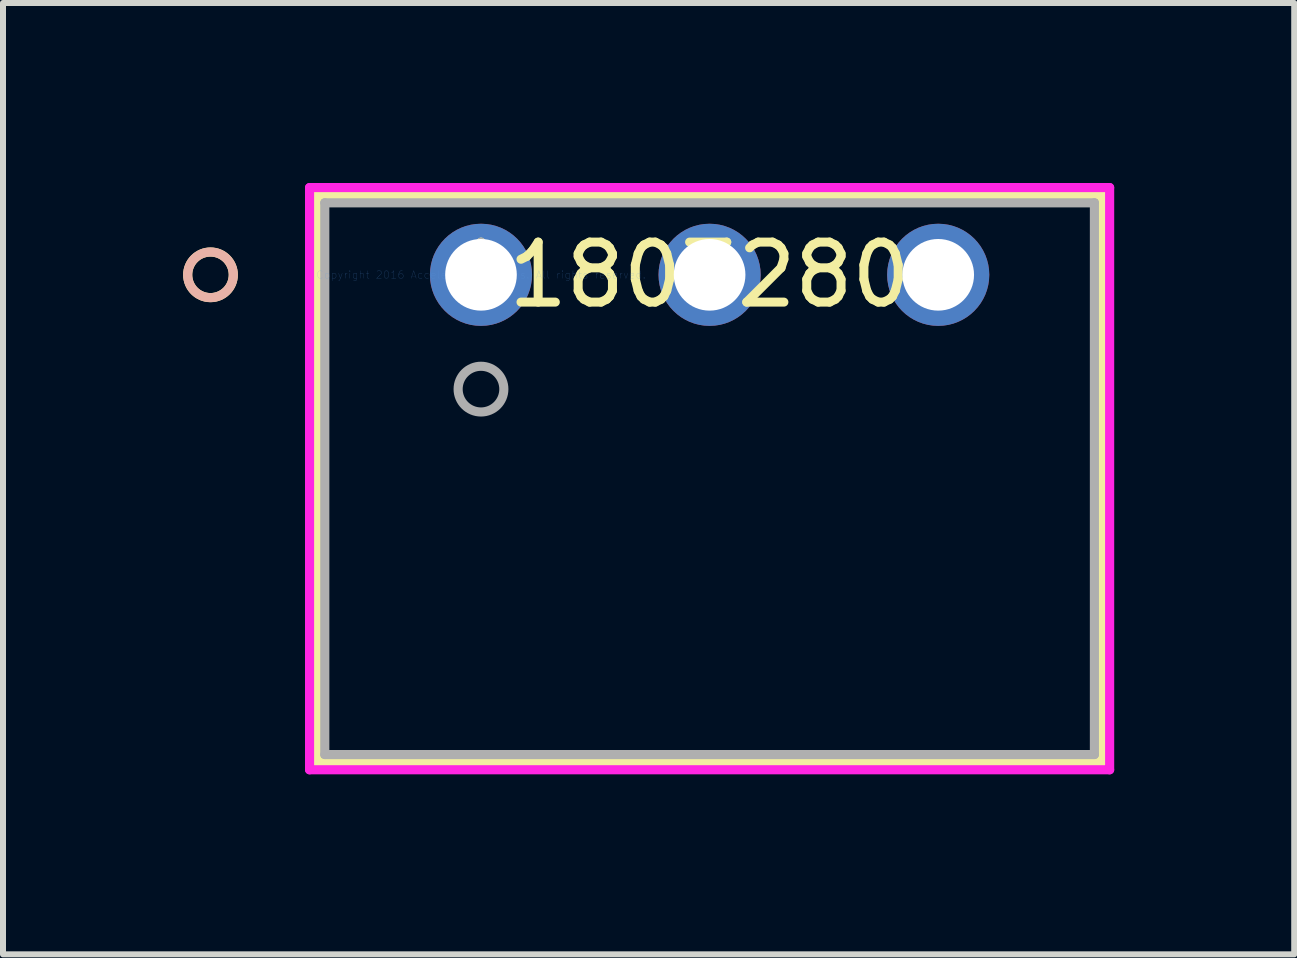
<source format=kicad_pcb>
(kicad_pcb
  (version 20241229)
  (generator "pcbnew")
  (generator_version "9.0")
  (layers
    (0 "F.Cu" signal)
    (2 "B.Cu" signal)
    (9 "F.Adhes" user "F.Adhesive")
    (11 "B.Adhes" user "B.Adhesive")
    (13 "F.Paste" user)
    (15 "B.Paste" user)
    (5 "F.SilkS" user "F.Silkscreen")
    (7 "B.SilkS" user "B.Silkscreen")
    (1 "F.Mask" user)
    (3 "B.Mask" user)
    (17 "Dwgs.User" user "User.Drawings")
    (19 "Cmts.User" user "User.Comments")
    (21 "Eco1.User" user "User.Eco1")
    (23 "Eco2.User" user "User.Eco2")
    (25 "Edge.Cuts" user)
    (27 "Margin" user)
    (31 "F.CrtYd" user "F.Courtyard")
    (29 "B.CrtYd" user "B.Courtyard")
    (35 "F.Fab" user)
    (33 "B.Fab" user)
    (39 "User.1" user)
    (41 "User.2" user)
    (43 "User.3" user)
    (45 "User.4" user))
  (footprint "1803280"
    (layer "F.Cu")
    (at 4.966 1.53)
    (property "Reference" "1803280" (at 3.81 0 0) (layer "F.SilkS") (effects (font (size 1 1) (thickness 0.15))))
    (attr through_hole)
    (fp_line (start -2.731 -1.327) (end -2.731 8.122) (stroke (width 0.152) (type solid)) (layer "F.SilkS"))
    (fp_line (start -2.731 8.122) (end 10.351 8.122) (stroke (width 0.152) (type solid)) (layer "F.SilkS"))
    (fp_line (start 10.351 -1.327) (end -2.731 -1.327) (stroke (width 0.152) (type solid)) (layer "F.SilkS"))
    (fp_line (start 10.351 8.122) (end 10.351 -1.327) (stroke (width 0.152) (type solid)) (layer "F.SilkS"))
    (fp_circle (center -4.508 0) (end -4.128 0) (stroke (width 0.152) (type solid)) (fill no) (layer "F.SilkS"))
    (fp_circle (center -4.508 0) (end -4.128 0) (stroke (width 0.152) (type solid)) (fill no) (layer "B.SilkS"))
    (fp_line (start -2.857 -1.454) (end -2.857 8.249) (stroke (width 0.152) (type solid)) (layer "F.CrtYd"))
    (fp_line (start -2.857 8.249) (end 10.477 8.249) (stroke (width 0.152) (type solid)) (layer "F.CrtYd"))
    (fp_line (start 10.477 -1.454) (end -2.857 -1.454) (stroke (width 0.152) (type solid)) (layer "F.CrtYd"))
    (fp_line (start 10.477 8.249) (end 10.477 -1.454) (stroke (width 0.152) (type solid)) (layer "F.CrtYd"))
    (fp_line (start -2.603 -1.2) (end -2.603 7.995) (stroke (width 0.152) (type solid)) (layer "F.Fab"))
    (fp_line (start -2.603 7.995) (end 10.223 7.995) (stroke (width 0.152) (type solid)) (layer "F.Fab"))
    (fp_line (start 10.223 -1.2) (end -2.603 -1.2) (stroke (width 0.152) (type solid)) (layer "F.Fab"))
    (fp_line (start 10.223 7.995) (end 10.223 -1.2) (stroke (width 0.152) (type solid)) (layer "F.Fab"))
    (fp_circle (center 0 1.905) (end 0.381 1.905) (stroke (width 0.152) (type solid)) (fill no) (layer "F.Fab"))
    (fp_text user "*" (at 0 0 0) (layer "F.SilkS") (effects (font (size 1 1) (thickness 0.15))))
    (fp_text user "Copyright 2016 Accelerated Designs. All rights reserved." (at 0 0 0) (layer "Cmts.User") (effects (font (size 0.127 0.127) (thickness 0.002))))
    (fp_text user "*" (at 0 0 0) (layer "F.Fab") (effects (font (size 1 1) (thickness 0.15))))
    (pad "1" thru_hole circle (at 0 0) (size 1.702 1.702) (drill 1.194) (layers "*.Cu" "*.Mask"))
    (pad "2" thru_hole circle (at 3.81 0) (size 1.702 1.702) (drill 1.194) (layers "*.Cu" "*.Mask"))
    (pad "3" thru_hole circle (at 7.62 0) (size 1.702 1.702) (drill 1.194) (layers "*.Cu" "*.Mask")))
  (gr_rect
    (start -3 -3)
    (end 18.519 12.855)
    (stroke (width 0.1) (type default))
    (fill no)
    (layer "Edge.Cuts")))
</source>
